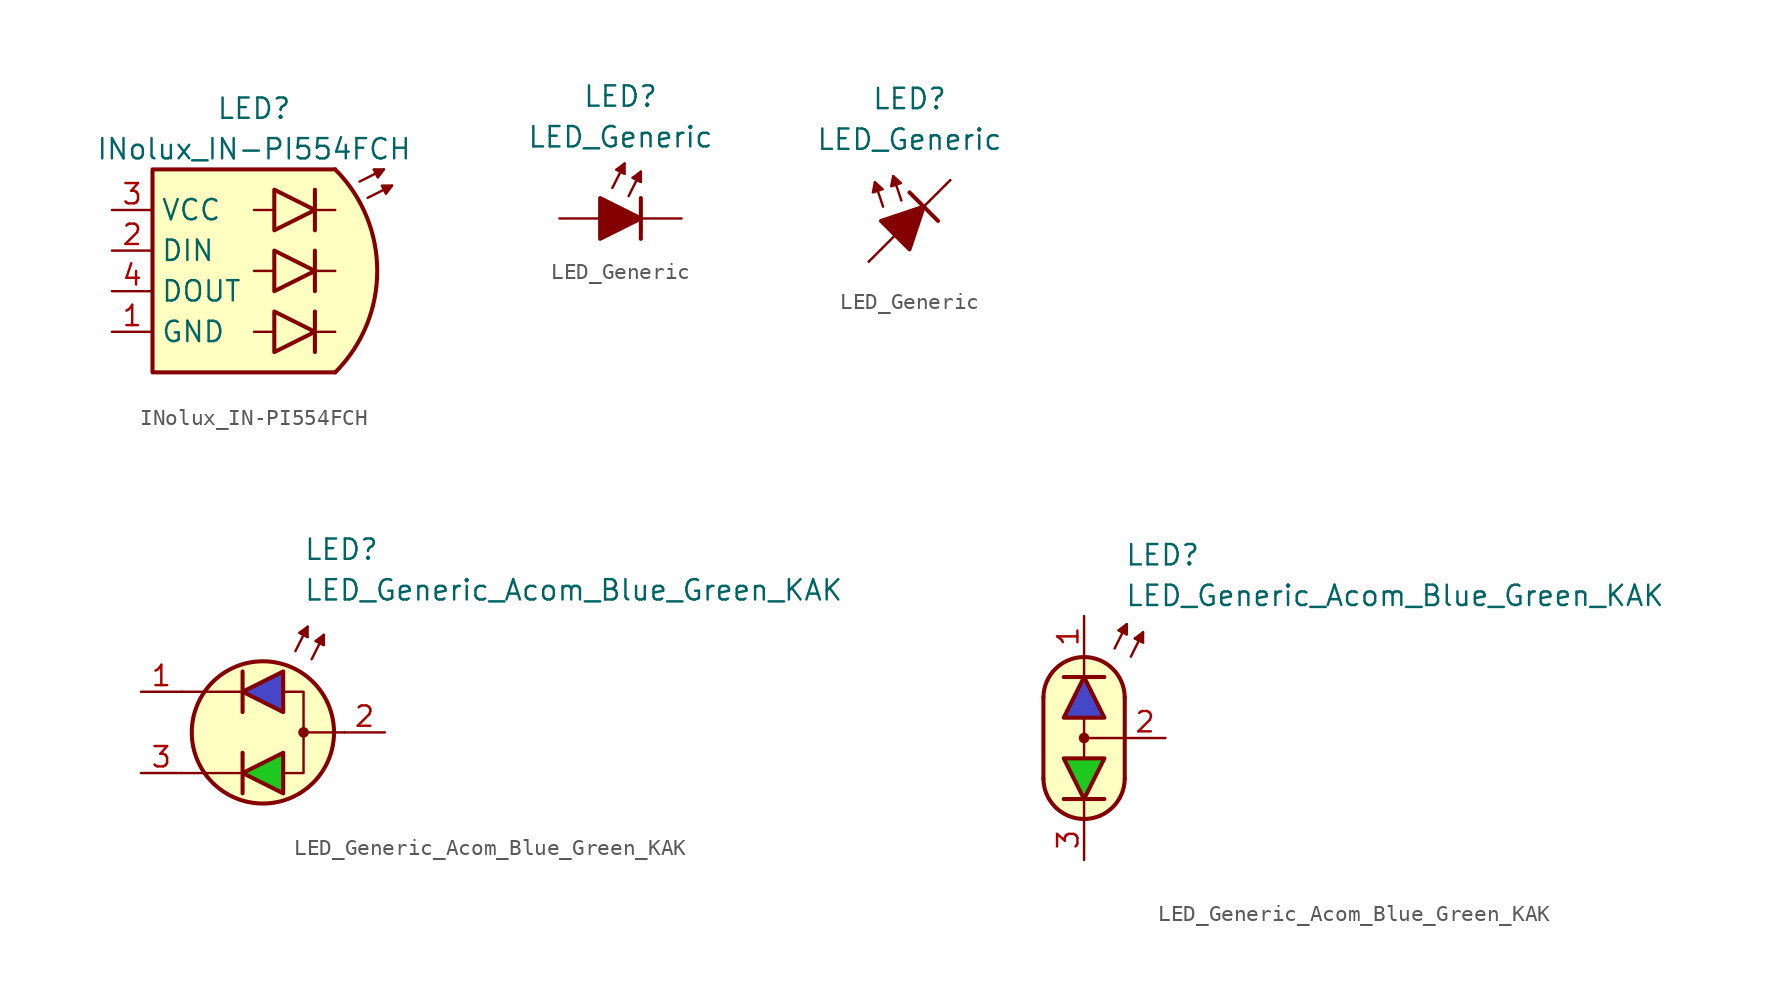
<source format=kicad_sym>
(kicad_symbol_lib
  (version 20231120)
  (generator "kicad_symbol_editor")
  (generator_version "8.0")
  (symbol "INolux_IN-PI554FCH"
    (property "Reference" "LED"
      (at 0 10.16 0)
      (effects (font (size 1.27 1.27))))
    (property "Value" "INolux_IN-PI554FCH"
      (at 0 7.62 0)
      (effects (font (size 1.27 1.27))))
    (symbol "INolux_IN-PI554FCH_0_1"
      (polyline (pts (xy 0 -3.81) (xy 1.27 -3.81)) (stroke (width 0) (type default)) (fill (type none)))
      (polyline (pts (xy 0 0) (xy 1.27 0)) (stroke (width 0) (type default)) (fill (type none)))
      (polyline (pts (xy 0 3.81) (xy 1.27 3.81)) (stroke (width 0) (type default)) (fill (type none)))
      (polyline (pts (xy 3.81 -3.81) (xy 5.08 -3.81)) (stroke (width 0) (type default)) (fill (type none)))
      (polyline (pts (xy 3.81 0) (xy 5.08 0)) (stroke (width 0) (type default)) (fill (type none)))
      (polyline (pts (xy 3.81 3.81) (xy 5.08 3.81)) (stroke (width 0) (type default)) (fill (type none)))
      (polyline (pts (xy 6.604 5.588) (xy 8.128 6.35)) (stroke (width 0.152) (type default)) (fill (type outline)))
      (polyline (pts (xy 7.112 4.572) (xy 8.636 5.334)) (stroke (width 0.152) (type default)) (fill (type color) (color 0 0 0 0)))
      (polyline (pts (xy 1.27 -2.54) (xy 1.27 -5.08) (xy 3.81 -3.81) (xy 1.27 -2.54)) (stroke (width 0.254) (type default)) (fill (type color) (color 30 200 30 1)))
      (polyline (pts (xy 1.27 1.27) (xy 1.27 -1.27) (xy 3.81 0) (xy 1.27 1.27)) (stroke (width 0.254) (type default)) (fill (type color) (color 240 30 30 1)))
      (polyline (pts (xy 1.27 5.08) (xy 1.27 2.54) (xy 3.81 3.81) (xy 1.27 5.08)) (stroke (width 0.254) (type default)) (fill (type color) (color 70 70 200 1)))
      (polyline (pts (xy 7.493 6.35) (xy 7.747 5.842) (xy 8.128 6.35) (xy 7.493 6.35)) (stroke (width 0.152) (type default)) (fill (type outline)))
      (polyline (pts (xy 8.001 5.334) (xy 8.255 4.826) (xy 8.636 5.334) (xy 8.001 5.334)) (stroke (width 0) (type solid)) (fill (type outline))))
    (symbol "INolux_IN-PI554FCH_1_1"
      (polyline (pts (xy 3.81 -5.08) (xy 3.81 -2.54)) (stroke (width 0.254) (type default)) (fill (type none)))
      (polyline (pts (xy 3.81 -1.27) (xy 3.81 1.27)) (stroke (width 0.254) (type default)) (fill (type none)))
      (polyline (pts (xy 3.81 2.54) (xy 3.81 5.08)) (stroke (width 0.254) (type default)) (fill (type none)))
      (polyline (pts (xy 5.08 -6.35) (xy -6.35 -6.35) (xy -6.35 6.35) (xy 5.08 6.35)) (stroke (width 0.254) (type default)) (fill (type background)))
      (arc (start 5.08 -6.35) (mid 7.7103 0) (end 5.08 6.35) (stroke (width 0.254) (type default)) (fill (type background)))
      (pin power_in line (at -8.89 -3.81 0) (length 2.54) (name "GND" (effects (font (size 1.27 1.27)))) (number "1" (effects (font (size 1.27 1.27)))))
      (pin input line (at -8.89 1.27 0) (length 2.54) (name "DIN" (effects (font (size 1.27 1.27)))) (number "2" (effects (font (size 1.27 1.27)))))
      (pin power_in line (at -8.89 3.81 0) (length 2.54) (name "VCC" (effects (font (size 1.27 1.27)))) (number "3" (effects (font (size 1.27 1.27)))))
      (pin output line (at -8.89 -1.27 0) (length 2.54) (name "DOUT" (effects (font (size 1.27 1.27)))) (number "4" (effects (font (size 1.27 1.27)))))))
  (symbol "LED_Generic"
    (pin_numbers hide)
    (pin_names
      (offset 1.016) hide)
    (property "Reference" "LED"
      (at 0 7.62 0)
      (effects (font (size 1.27 1.27))))
    (property "Value" "LED_Generic"
      (at 0 5.08 0)
      (effects (font (size 1.27 1.27))))
    (symbol "LED_Generic_0_1"
      (polyline (pts (xy -0.508 1.905) (xy 0.254 3.429)) (stroke (width 0.152) (type default)) (fill (type none)))
      (polyline (pts (xy 0 2.921) (xy -0.254 3.048)) (stroke (width 0.152) (type default)) (fill (type none)))
      (polyline (pts (xy 0 2.921) (xy 0.254 2.794)) (stroke (width 0.152) (type default)) (fill (type none)))
      (polyline (pts (xy 0.508 1.397) (xy 1.27 2.921)) (stroke (width 0.152) (type default)) (fill (type none)))
      (polyline (pts (xy 1.016 2.413) (xy 0.762 2.54)) (stroke (width 0.152) (type default)) (fill (type none)))
      (polyline (pts (xy 1.016 2.413) (xy 1.27 2.286)) (stroke (width 0.152) (type default)) (fill (type none)))
      (polyline (pts (xy 1.27 0) (xy -1.27 0)) (stroke (width 0) (type default)) (fill (type none)))
      (polyline (pts (xy 1.27 1.27) (xy 1.27 -1.27)) (stroke (width 0.254) (type default)) (fill (type none)))
      (polyline (pts (xy -1.27 1.27) (xy -1.27 -1.27) (xy 1.27 0) (xy -1.27 1.27)) (stroke (width 0.254) (type default)) (fill (type outline)))
      (polyline (pts (xy 0.254 2.794) (xy -0.254 3.048) (xy 0.254 3.429) (xy 0.254 2.794)) (stroke (width 0.152) (type default)) (fill (type outline)))
      (polyline (pts (xy 1.27 2.286) (xy 0.762 2.54) (xy 1.27 2.921) (xy 1.27 2.286)) (stroke (width 0.152) (type default)) (fill (type outline))))
    (symbol "LED_Generic_0_2"
      (polyline (pts (xy -2.54 -2.54) (xy 2.54 2.54)) (stroke (width 0) (type default)) (fill (type none)))
      (polyline (pts (xy -1.651 0.889) (xy -2.159 2.413)) (stroke (width 0) (type default)) (fill (type none)))
      (polyline (pts (xy -0.508 1.27) (xy -1.016 2.794)) (stroke (width 0) (type default)) (fill (type none)))
      (polyline (pts (xy 0 1.778) (xy 1.778 0)) (stroke (width 0.254) (type default)) (fill (type none)))
      (polyline (pts (xy -2.159 2.413) (xy -2.286 1.778) (xy -1.676 1.981) (xy -2.159 2.413)) (stroke (width 0) (type default)) (fill (type outline)))
      (polyline (pts (xy -1.016 2.794) (xy -1.143 2.159) (xy -0.533 2.362) (xy -1.016 2.794)) (stroke (width 0) (type default)) (fill (type outline)))
      (polyline (pts (xy -0.889 -0.889) (xy -1.778 0) (xy 0.889 0.889) (xy 0 -1.778) (xy -0.889 -0.889)) (stroke (width 0.254) (type default)) (fill (type outline))))
    (symbol "LED_Generic_1_1"
      (pin passive line (at 3.81 0 180) (length 2.54) (name "K" (effects (font (size 1.27 1.27)))) (number "1" (effects (font (size 1.27 1.27)))))
      (pin passive line (at -3.81 0 0) (length 2.54) (name "A" (effects (font (size 1.27 1.27)))) (number "2" (effects (font (size 1.27 1.27))))))
    (symbol "LED_Generic_1_2"
      (pin passive line (at 2.54 2.54 180) (length 0) (name "K" (effects (font (size 1.27 1.27)))) (number "1" (effects (font (size 1.27 1.27)))))
      (pin passive line (at -2.54 -2.54 0) (length 0) (name "A" (effects (font (size 1.27 1.27)))) (number "2" (effects (font (size 1.27 1.27)))))))
  (symbol "LED_Generic_Acom_Blue_Green_KAK"
    (pin_names
      (offset 1.016) hide)
    (property "Reference" "LED"
      (at 2.54 11.43 0)
      (effects (font (size 1.27 1.27)) (justify left)))
    (property "Value" "LED_Generic_Acom_Blue_Green_KAK"
      (at 2.54 8.89 0)
      (effects (font (size 1.27 1.27)) (justify left)))
    (symbol "LED_Generic_Acom_Blue_Green_KAK_0_1"
      (polyline (pts (xy -1.27 -3.81) (xy -1.27 -1.27)) (stroke (width 0.254) (type default)) (fill (type none)))
      (polyline (pts (xy -1.27 -2.54) (xy -5.08 -2.54)) (stroke (width 0.152) (type default)) (fill (type none)))
      (polyline (pts (xy -1.27 1.27) (xy -1.27 3.81)) (stroke (width 0.254) (type default)) (fill (type none)))
      (polyline (pts (xy -1.27 2.54) (xy -5.08 2.54)) (stroke (width 0.152) (type default)) (fill (type none)))
      (polyline (pts (xy 2.032 5.08) (xy 2.794 6.604)) (stroke (width 0.152) (type default)) (fill (type none)))
      (polyline (pts (xy 2.54 6.096) (xy 2.286 6.223)) (stroke (width 0.152) (type default)) (fill (type none)))
      (polyline (pts (xy 2.54 6.096) (xy 2.794 5.969)) (stroke (width 0.152) (type default)) (fill (type none)))
      (polyline (pts (xy 3.048 4.572) (xy 3.81 6.096)) (stroke (width 0.152) (type default)) (fill (type none)))
      (polyline (pts (xy 3.556 5.588) (xy 3.302 5.715)) (stroke (width 0.152) (type default)) (fill (type none)))
      (polyline (pts (xy 3.556 5.588) (xy 3.81 5.461)) (stroke (width 0.152) (type default)) (fill (type none)))
      (polyline (pts (xy 5.08 0) (xy 2.54 0)) (stroke (width 0.152) (type default)) (fill (type none)))
      (polyline (pts (xy 1.27 -3.81) (xy 1.27 -1.27) (xy -1.27 -2.54) (xy 1.27 -3.81)) (stroke (width 0.254) (type default)) (fill (type color) (color 30 200 30 1)))
      (polyline (pts (xy 1.27 1.27) (xy 1.27 3.81) (xy -1.27 2.54) (xy 1.27 1.27)) (stroke (width 0.254) (type default)) (fill (type color) (color 70 70 200 1)))
      (polyline (pts (xy 1.397 2.54) (xy 2.54 2.54) (xy 2.54 -2.54) (xy 1.397 -2.54)) (stroke (width 0.152) (type default)) (fill (type none)))
      (polyline (pts (xy 2.794 5.969) (xy 2.286 6.223) (xy 2.794 6.604) (xy 2.794 5.969)) (stroke (width 0.152) (type default)) (fill (type outline)))
      (polyline (pts (xy 3.81 5.461) (xy 3.302 5.715) (xy 3.81 6.096) (xy 3.81 5.461)) (stroke (width 0.152) (type default)) (fill (type outline)))
      (circle (center 0 0) (radius 4.445) (stroke (width 0.254) (type default)) (fill (type background)))
      (circle (center 2.54 0) (radius 0.254) (stroke (width 0) (type default)) (fill (type outline))))
    (symbol "LED_Generic_Acom_Blue_Green_KAK_0_2"
      (arc (start -2.54 -2.54) (mid 0 -5.0576) (end 2.54 -2.54) (stroke (width 0.254) (type default)) (fill (type none)))
      (polyline (pts (xy -2.54 2.54) (xy -2.54 -2.54)) (stroke (width 0.254) (type default)) (fill (type none)))
      (polyline (pts (xy -1.27 3.81) (xy 1.27 3.81)) (stroke (width 0.254) (type default)) (fill (type none)))
      (polyline (pts (xy 0 -5.08) (xy 0 -3.81)) (stroke (width 0) (type default)) (fill (type none)))
      (polyline (pts (xy 0 -1.27) (xy 0 1.27)) (stroke (width 0) (type default)) (fill (type none)))
      (polyline (pts (xy 0 5.08) (xy 0 3.81)) (stroke (width 0) (type default)) (fill (type none)))
      (polyline (pts (xy 1.27 -3.81) (xy -1.27 -3.81)) (stroke (width 0.254) (type default)) (fill (type none)))
      (polyline (pts (xy 1.905 5.588) (xy 2.667 7.112)) (stroke (width 0.152) (type default)) (fill (type none)))
      (polyline (pts (xy 2.413 6.604) (xy 2.159 6.731)) (stroke (width 0.152) (type default)) (fill (type none)))
      (polyline (pts (xy 2.413 6.604) (xy 2.667 6.477)) (stroke (width 0.152) (type default)) (fill (type none)))
      (polyline (pts (xy 2.54 -2.54) (xy 2.54 2.54)) (stroke (width 0.254) (type default)) (fill (type none)))
      (polyline (pts (xy 2.54 0) (xy 0 0)) (stroke (width 0) (type default)) (fill (type none)))
      (polyline (pts (xy 2.921 5.08) (xy 3.683 6.604)) (stroke (width 0.152) (type default)) (fill (type none)))
      (polyline (pts (xy 3.429 6.096) (xy 3.175 6.223)) (stroke (width 0.152) (type default)) (fill (type none)))
      (polyline (pts (xy 3.429 6.096) (xy 3.683 5.969)) (stroke (width 0.152) (type default)) (fill (type none)))
      (polyline (pts (xy 2.667 6.477) (xy 2.159 6.731) (xy 2.667 7.112) (xy 2.667 6.477)) (stroke (width 0.152) (type default)) (fill (type outline)))
      (polyline (pts (xy 3.683 5.969) (xy 3.175 6.223) (xy 3.683 6.604) (xy 3.683 5.969)) (stroke (width 0.152) (type default)) (fill (type outline)))
      (polyline (pts (xy 0 5.08) (xy 1.016 4.826) (xy 1.778 4.318) (xy 2.286 3.556) (xy 2.54 3.048) (xy 2.54 -2.794) (xy 2.286 -3.556) (xy 1.778 -4.318) (xy 1.016 -4.826) (xy 0.254 -5.08) (xy -0.254 -5.08) (xy -1.016 -4.826) (xy -1.524 -4.572) (xy -2.032 -4.064) (xy -2.286 -3.556) (xy -2.54 -2.794) (xy -2.54 2.794) (xy -2.286 3.556) (xy -2.032 4.064) (xy -1.524 4.572) (xy -1.016 4.826) (xy 0 5.08)) (stroke (width 0.01) (type default)) (fill (type background)))
      (circle (center 0 0) (radius 0.254) (stroke (width 0) (type default)) (fill (type outline)))
      (arc (start 2.54 2.54) (mid 0 5.0576) (end -2.54 2.54) (stroke (width 0.254) (type default)) (fill (type none))))
    (symbol "LED_Generic_Acom_Blue_Green_KAK_1_1"
      (pin passive line (at -7.62 2.54 0) (length 2.54) (name "A1" (effects (font (size 1.27 1.27)))) (number "1" (effects (font (size 1.27 1.27)))))
      (pin passive line (at 7.62 0 180) (length 2.54) (name "K" (effects (font (size 1.27 1.27)))) (number "2" (effects (font (size 1.27 1.27)))))
      (pin passive line (at -7.62 -2.54 0) (length 2.54) (name "A2" (effects (font (size 1.27 1.27)))) (number "3" (effects (font (size 1.27 1.27))))))
    (symbol "LED_Generic_Acom_Blue_Green_KAK_1_2"
      (polyline (pts (xy -1.27 1.27) (xy 1.27 1.27) (xy 0 3.81) (xy -1.27 1.27)) (stroke (width 0.254) (type default)) (fill (type color) (color 70 70 200 1)))
      (polyline (pts (xy 1.27 -1.27) (xy -1.27 -1.27) (xy 0 -3.81) (xy 1.27 -1.27)) (stroke (width 0.254) (type default)) (fill (type color) (color 30 200 30 1)))
      (pin passive line (at 0 7.62 270) (length 2.54) (name "A1" (effects (font (size 1.27 1.27)))) (number "1" (effects (font (size 1.27 1.27)))))
      (pin passive line (at 5.08 0 180) (length 2.54) (name "K" (effects (font (size 1.27 1.27)))) (number "2" (effects (font (size 1.27 1.27)))))
      (pin passive line (at 0 -7.62 90) (length 2.54) (name "A2" (effects (font (size 1.27 1.27)))) (number "3" (effects (font (size 1.27 1.27))))))))
</source>
